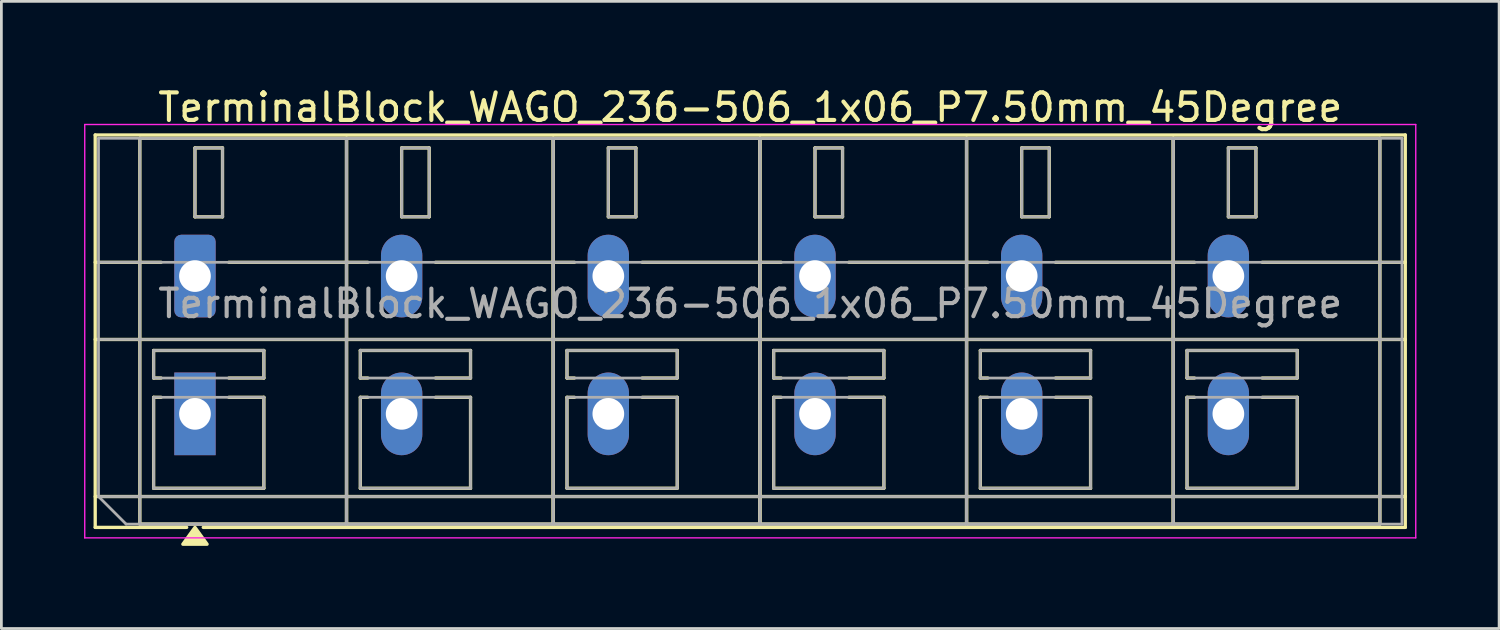
<source format=kicad_pcb>
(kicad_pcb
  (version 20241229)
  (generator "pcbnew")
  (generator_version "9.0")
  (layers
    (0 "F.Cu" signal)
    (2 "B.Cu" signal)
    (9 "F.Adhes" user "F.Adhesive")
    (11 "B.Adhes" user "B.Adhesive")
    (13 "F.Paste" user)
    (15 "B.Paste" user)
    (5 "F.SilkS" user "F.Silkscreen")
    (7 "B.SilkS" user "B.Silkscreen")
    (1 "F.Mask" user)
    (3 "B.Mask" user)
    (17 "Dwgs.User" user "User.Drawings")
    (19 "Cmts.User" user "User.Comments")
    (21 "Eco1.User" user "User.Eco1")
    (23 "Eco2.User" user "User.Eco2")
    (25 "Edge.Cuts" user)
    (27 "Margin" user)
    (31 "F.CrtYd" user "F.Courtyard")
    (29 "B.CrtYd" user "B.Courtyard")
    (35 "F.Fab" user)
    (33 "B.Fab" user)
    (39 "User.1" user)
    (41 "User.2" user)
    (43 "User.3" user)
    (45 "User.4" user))
  (footprint "TerminalBlock_WAGO_236-506_1x06_P7.50mm_45Degree"
    (layer "F.Cu")
    (at 4.025 6.968)
    (property "Reference" "TerminalBlock_WAGO_236-506_1x06_P7.50mm_45Degree" (at 20.15 -6.12 0) (layer "F.SilkS") (effects (font (size 1 1) (thickness 0.15))))
    (attr through_hole)
    (fp_line (start -3.62 -5.12) (end 43.92 -5.12) (stroke (width 0.12) (type solid)) (layer "F.SilkS"))
    (fp_line (start -3.62 -0.5) (end -1.23 -0.5) (stroke (width 0.12) (type solid)) (layer "F.SilkS"))
    (fp_line (start -3.62 2.3) (end 43.92 2.3) (stroke (width 0.12) (type solid)) (layer "F.SilkS"))
    (fp_line (start -3.62 8) (end 43.92 8) (stroke (width 0.12) (type solid)) (layer "F.SilkS"))
    (fp_line (start -3.62 9.12) (end -3.62 -5.12) (stroke (width 0.12) (type solid)) (layer "F.SilkS"))
    (fp_line (start -2 -5) (end 5.5 -5) (stroke (width 0.12) (type solid)) (layer "F.SilkS"))
    (fp_line (start -2 9) (end -2 -5) (stroke (width 0.12) (type solid)) (layer "F.SilkS"))
    (fp_line (start -1.5 2.7) (end 2.5 2.7) (stroke (width 0.12) (type solid)) (layer "F.SilkS"))
    (fp_line (start -1.5 3.7) (end -1.5 2.7) (stroke (width 0.12) (type solid)) (layer "F.SilkS"))
    (fp_line (start -1.5 4.4) (end -1.23 4.4) (stroke (width 0.12) (type solid)) (layer "F.SilkS"))
    (fp_line (start -1.5 7.7) (end -1.5 4.4) (stroke (width 0.12) (type solid)) (layer "F.SilkS"))
    (fp_line (start -1.23 3.7) (end -1.5 3.7) (stroke (width 0.12) (type solid)) (layer "F.SilkS"))
    (fp_line (start -0.3 9.12) (end -3.62 9.12) (stroke (width 0.12) (type solid)) (layer "F.SilkS"))
    (fp_line (start 0 -4.65) (end 1 -4.65) (stroke (width 0.12) (type solid)) (layer "F.SilkS"))
    (fp_line (start 0 -2.15) (end 0 -4.65) (stroke (width 0.12) (type solid)) (layer "F.SilkS"))
    (fp_line (start 1 -4.65) (end 1 -2.15) (stroke (width 0.12) (type solid)) (layer "F.SilkS"))
    (fp_line (start 1 -2.15) (end 0 -2.15) (stroke (width 0.12) (type solid)) (layer "F.SilkS"))
    (fp_line (start 1.23 -0.5) (end 6.27 -0.5) (stroke (width 0.12) (type solid)) (layer "F.SilkS"))
    (fp_line (start 1.23 4.4) (end 2.5 4.4) (stroke (width 0.12) (type solid)) (layer "F.SilkS"))
    (fp_line (start 2.5 2.7) (end 2.5 3.7) (stroke (width 0.12) (type solid)) (layer "F.SilkS"))
    (fp_line (start 2.5 3.7) (end 1.23 3.7) (stroke (width 0.12) (type solid)) (layer "F.SilkS"))
    (fp_line (start 2.5 4.4) (end 2.5 7.7) (stroke (width 0.12) (type solid)) (layer "F.SilkS"))
    (fp_line (start 2.5 7.7) (end -1.5 7.7) (stroke (width 0.12) (type solid)) (layer "F.SilkS"))
    (fp_line (start 5.5 -5) (end 5.5 9) (stroke (width 0.12) (type solid)) (layer "F.SilkS"))
    (fp_line (start 5.5 -5) (end 13 -5) (stroke (width 0.12) (type solid)) (layer "F.SilkS"))
    (fp_line (start 5.5 9) (end -2 9) (stroke (width 0.12) (type solid)) (layer "F.SilkS"))
    (fp_line (start 5.5 9) (end 5.5 -5) (stroke (width 0.12) (type solid)) (layer "F.SilkS"))
    (fp_line (start 6 2.7) (end 10 2.7) (stroke (width 0.12) (type solid)) (layer "F.SilkS"))
    (fp_line (start 6 3.7) (end 6 2.7) (stroke (width 0.12) (type solid)) (layer "F.SilkS"))
    (fp_line (start 6 4.4) (end 6.27 4.4) (stroke (width 0.12) (type solid)) (layer "F.SilkS"))
    (fp_line (start 6 7.7) (end 6 4.4) (stroke (width 0.12) (type solid)) (layer "F.SilkS"))
    (fp_line (start 6.27 3.7) (end 6 3.7) (stroke (width 0.12) (type solid)) (layer "F.SilkS"))
    (fp_line (start 7.5 -4.65) (end 8.5 -4.65) (stroke (width 0.12) (type solid)) (layer "F.SilkS"))
    (fp_line (start 7.5 -2.15) (end 7.5 -4.65) (stroke (width 0.12) (type solid)) (layer "F.SilkS"))
    (fp_line (start 8.5 -4.65) (end 8.5 -2.15) (stroke (width 0.12) (type solid)) (layer "F.SilkS"))
    (fp_line (start 8.5 -2.15) (end 7.5 -2.15) (stroke (width 0.12) (type solid)) (layer "F.SilkS"))
    (fp_line (start 8.73 -0.5) (end 13.77 -0.5) (stroke (width 0.12) (type solid)) (layer "F.SilkS"))
    (fp_line (start 8.73 4.4) (end 10 4.4) (stroke (width 0.12) (type solid)) (layer "F.SilkS"))
    (fp_line (start 10 2.7) (end 10 3.7) (stroke (width 0.12) (type solid)) (layer "F.SilkS"))
    (fp_line (start 10 3.7) (end 8.73 3.7) (stroke (width 0.12) (type solid)) (layer "F.SilkS"))
    (fp_line (start 10 4.4) (end 10 7.7) (stroke (width 0.12) (type solid)) (layer "F.SilkS"))
    (fp_line (start 10 7.7) (end 6 7.7) (stroke (width 0.12) (type solid)) (layer "F.SilkS"))
    (fp_line (start 13 -5) (end 13 9) (stroke (width 0.12) (type solid)) (layer "F.SilkS"))
    (fp_line (start 13 -5) (end 20.5 -5) (stroke (width 0.12) (type solid)) (layer "F.SilkS"))
    (fp_line (start 13 9) (end 5.5 9) (stroke (width 0.12) (type solid)) (layer "F.SilkS"))
    (fp_line (start 13 9) (end 13 -5) (stroke (width 0.12) (type solid)) (layer "F.SilkS"))
    (fp_line (start 13.5 2.7) (end 17.5 2.7) (stroke (width 0.12) (type solid)) (layer "F.SilkS"))
    (fp_line (start 13.5 3.7) (end 13.5 2.7) (stroke (width 0.12) (type solid)) (layer "F.SilkS"))
    (fp_line (start 13.5 4.4) (end 13.77 4.4) (stroke (width 0.12) (type solid)) (layer "F.SilkS"))
    (fp_line (start 13.5 7.7) (end 13.5 4.4) (stroke (width 0.12) (type solid)) (layer "F.SilkS"))
    (fp_line (start 13.77 3.7) (end 13.5 3.7) (stroke (width 0.12) (type solid)) (layer "F.SilkS"))
    (fp_line (start 15 -4.65) (end 16 -4.65) (stroke (width 0.12) (type solid)) (layer "F.SilkS"))
    (fp_line (start 15 -2.15) (end 15 -4.65) (stroke (width 0.12) (type solid)) (layer "F.SilkS"))
    (fp_line (start 16 -4.65) (end 16 -2.15) (stroke (width 0.12) (type solid)) (layer "F.SilkS"))
    (fp_line (start 16 -2.15) (end 15 -2.15) (stroke (width 0.12) (type solid)) (layer "F.SilkS"))
    (fp_line (start 16.23 -0.5) (end 21.27 -0.5) (stroke (width 0.12) (type solid)) (layer "F.SilkS"))
    (fp_line (start 16.23 4.4) (end 17.5 4.4) (stroke (width 0.12) (type solid)) (layer "F.SilkS"))
    (fp_line (start 17.5 2.7) (end 17.5 3.7) (stroke (width 0.12) (type solid)) (layer "F.SilkS"))
    (fp_line (start 17.5 3.7) (end 16.23 3.7) (stroke (width 0.12) (type solid)) (layer "F.SilkS"))
    (fp_line (start 17.5 4.4) (end 17.5 7.7) (stroke (width 0.12) (type solid)) (layer "F.SilkS"))
    (fp_line (start 17.5 7.7) (end 13.5 7.7) (stroke (width 0.12) (type solid)) (layer "F.SilkS"))
    (fp_line (start 20.5 -5) (end 20.5 9) (stroke (width 0.12) (type solid)) (layer "F.SilkS"))
    (fp_line (start 20.5 -5) (end 28 -5) (stroke (width 0.12) (type solid)) (layer "F.SilkS"))
    (fp_line (start 20.5 9) (end 13 9) (stroke (width 0.12) (type solid)) (layer "F.SilkS"))
    (fp_line (start 20.5 9) (end 20.5 -5) (stroke (width 0.12) (type solid)) (layer "F.SilkS"))
    (fp_line (start 21 2.7) (end 25 2.7) (stroke (width 0.12) (type solid)) (layer "F.SilkS"))
    (fp_line (start 21 3.7) (end 21 2.7) (stroke (width 0.12) (type solid)) (layer "F.SilkS"))
    (fp_line (start 21 4.4) (end 21.27 4.4) (stroke (width 0.12) (type solid)) (layer "F.SilkS"))
    (fp_line (start 21 7.7) (end 21 4.4) (stroke (width 0.12) (type solid)) (layer "F.SilkS"))
    (fp_line (start 21.27 3.7) (end 21 3.7) (stroke (width 0.12) (type solid)) (layer "F.SilkS"))
    (fp_line (start 22.5 -4.65) (end 23.5 -4.65) (stroke (width 0.12) (type solid)) (layer "F.SilkS"))
    (fp_line (start 22.5 -2.15) (end 22.5 -4.65) (stroke (width 0.12) (type solid)) (layer "F.SilkS"))
    (fp_line (start 23.5 -4.65) (end 23.5 -2.15) (stroke (width 0.12) (type solid)) (layer "F.SilkS"))
    (fp_line (start 23.5 -2.15) (end 22.5 -2.15) (stroke (width 0.12) (type solid)) (layer "F.SilkS"))
    (fp_line (start 23.73 -0.5) (end 28.77 -0.5) (stroke (width 0.12) (type solid)) (layer "F.SilkS"))
    (fp_line (start 23.73 4.4) (end 25 4.4) (stroke (width 0.12) (type solid)) (layer "F.SilkS"))
    (fp_line (start 25 2.7) (end 25 3.7) (stroke (width 0.12) (type solid)) (layer "F.SilkS"))
    (fp_line (start 25 3.7) (end 23.73 3.7) (stroke (width 0.12) (type solid)) (layer "F.SilkS"))
    (fp_line (start 25 4.4) (end 25 7.7) (stroke (width 0.12) (type solid)) (layer "F.SilkS"))
    (fp_line (start 25 7.7) (end 21 7.7) (stroke (width 0.12) (type solid)) (layer "F.SilkS"))
    (fp_line (start 28 -5) (end 28 9) (stroke (width 0.12) (type solid)) (layer "F.SilkS"))
    (fp_line (start 28 -5) (end 35.5 -5) (stroke (width 0.12) (type solid)) (layer "F.SilkS"))
    (fp_line (start 28 9) (end 20.5 9) (stroke (width 0.12) (type solid)) (layer "F.SilkS"))
    (fp_line (start 28 9) (end 28 -5) (stroke (width 0.12) (type solid)) (layer "F.SilkS"))
    (fp_line (start 28.5 2.7) (end 32.5 2.7) (stroke (width 0.12) (type solid)) (layer "F.SilkS"))
    (fp_line (start 28.5 3.7) (end 28.5 2.7) (stroke (width 0.12) (type solid)) (layer "F.SilkS"))
    (fp_line (start 28.5 4.4) (end 28.77 4.4) (stroke (width 0.12) (type solid)) (layer "F.SilkS"))
    (fp_line (start 28.5 7.7) (end 28.5 4.4) (stroke (width 0.12) (type solid)) (layer "F.SilkS"))
    (fp_line (start 28.77 3.7) (end 28.5 3.7) (stroke (width 0.12) (type solid)) (layer "F.SilkS"))
    (fp_line (start 30 -4.65) (end 31 -4.65) (stroke (width 0.12) (type solid)) (layer "F.SilkS"))
    (fp_line (start 30 -2.15) (end 30 -4.65) (stroke (width 0.12) (type solid)) (layer "F.SilkS"))
    (fp_line (start 31 -4.65) (end 31 -2.15) (stroke (width 0.12) (type solid)) (layer "F.SilkS"))
    (fp_line (start 31 -2.15) (end 30 -2.15) (stroke (width 0.12) (type solid)) (layer "F.SilkS"))
    (fp_line (start 31.23 -0.5) (end 36.27 -0.5) (stroke (width 0.12) (type solid)) (layer "F.SilkS"))
    (fp_line (start 31.23 4.4) (end 32.5 4.4) (stroke (width 0.12) (type solid)) (layer "F.SilkS"))
    (fp_line (start 32.5 2.7) (end 32.5 3.7) (stroke (width 0.12) (type solid)) (layer "F.SilkS"))
    (fp_line (start 32.5 3.7) (end 31.23 3.7) (stroke (width 0.12) (type solid)) (layer "F.SilkS"))
    (fp_line (start 32.5 4.4) (end 32.5 7.7) (stroke (width 0.12) (type solid)) (layer "F.SilkS"))
    (fp_line (start 32.5 7.7) (end 28.5 7.7) (stroke (width 0.12) (type solid)) (layer "F.SilkS"))
    (fp_line (start 35.5 -5) (end 35.5 9) (stroke (width 0.12) (type solid)) (layer "F.SilkS"))
    (fp_line (start 35.5 -5) (end 43 -5) (stroke (width 0.12) (type solid)) (layer "F.SilkS"))
    (fp_line (start 35.5 9) (end 28 9) (stroke (width 0.12) (type solid)) (layer "F.SilkS"))
    (fp_line (start 35.5 9) (end 35.5 -5) (stroke (width 0.12) (type solid)) (layer "F.SilkS"))
    (fp_line (start 36 2.7) (end 40 2.7) (stroke (width 0.12) (type solid)) (layer "F.SilkS"))
    (fp_line (start 36 3.7) (end 36 2.7) (stroke (width 0.12) (type solid)) (layer "F.SilkS"))
    (fp_line (start 36 4.4) (end 36.27 4.4) (stroke (width 0.12) (type solid)) (layer "F.SilkS"))
    (fp_line (start 36 7.7) (end 36 4.4) (stroke (width 0.12) (type solid)) (layer "F.SilkS"))
    (fp_line (start 36.27 3.7) (end 36 3.7) (stroke (width 0.12) (type solid)) (layer "F.SilkS"))
    (fp_line (start 37.5 -4.65) (end 38.5 -4.65) (stroke (width 0.12) (type solid)) (layer "F.SilkS"))
    (fp_line (start 37.5 -2.15) (end 37.5 -4.65) (stroke (width 0.12) (type solid)) (layer "F.SilkS"))
    (fp_line (start 38.5 -4.65) (end 38.5 -2.15) (stroke (width 0.12) (type solid)) (layer "F.SilkS"))
    (fp_line (start 38.5 -2.15) (end 37.5 -2.15) (stroke (width 0.12) (type solid)) (layer "F.SilkS"))
    (fp_line (start 38.73 -0.5) (end 43.92 -0.5) (stroke (width 0.12) (type solid)) (layer "F.SilkS"))
    (fp_line (start 38.73 4.4) (end 40 4.4) (stroke (width 0.12) (type solid)) (layer "F.SilkS"))
    (fp_line (start 40 2.7) (end 40 3.7) (stroke (width 0.12) (type solid)) (layer "F.SilkS"))
    (fp_line (start 40 3.7) (end 38.73 3.7) (stroke (width 0.12) (type solid)) (layer "F.SilkS"))
    (fp_line (start 40 4.4) (end 40 7.7) (stroke (width 0.12) (type solid)) (layer "F.SilkS"))
    (fp_line (start 40 7.7) (end 36 7.7) (stroke (width 0.12) (type solid)) (layer "F.SilkS"))
    (fp_line (start 43 -5) (end 43 9) (stroke (width 0.12) (type solid)) (layer "F.SilkS"))
    (fp_line (start 43 9) (end 35.5 9) (stroke (width 0.12) (type solid)) (layer "F.SilkS"))
    (fp_line (start 43.92 -5.12) (end 43.92 9.12) (stroke (width 0.12) (type solid)) (layer "F.SilkS"))
    (fp_line (start 43.92 9.12) (end 0.3 9.12) (stroke (width 0.12) (type solid)) (layer "F.SilkS"))
    (fp_poly (pts (xy 0 9.12) (xy 0.44 9.73) (xy -0.44 9.73)) (stroke (width 0.12) (type solid)) (fill yes) (layer "F.SilkS"))
    (fp_line (start -4 -5.5) (end -4 9.5) (stroke (width 0.05) (type solid)) (layer "F.CrtYd"))
    (fp_line (start -4 9.5) (end 44.3 9.5) (stroke (width 0.05) (type solid)) (layer "F.CrtYd"))
    (fp_line (start 44.3 -5.5) (end -4 -5.5) (stroke (width 0.05) (type solid)) (layer "F.CrtYd"))
    (fp_line (start 44.3 9.5) (end 44.3 -5.5) (stroke (width 0.05) (type solid)) (layer "F.CrtYd"))
    (fp_line (start -3.5 -5) (end 43.8 -5) (stroke (width 0.1) (type solid)) (layer "F.Fab"))
    (fp_line (start -3.5 -0.5) (end 43.8 -0.5) (stroke (width 0.1) (type solid)) (layer "F.Fab"))
    (fp_line (start -3.5 2.3) (end 43.8 2.3) (stroke (width 0.1) (type solid)) (layer "F.Fab"))
    (fp_line (start -3.5 8) (end -3.5 -5) (stroke (width 0.1) (type solid)) (layer "F.Fab"))
    (fp_line (start -3.5 8) (end 43.8 8) (stroke (width 0.1) (type solid)) (layer "F.Fab"))
    (fp_line (start -2.5 9) (end -3.5 8) (stroke (width 0.1) (type solid)) (layer "F.Fab"))
    (fp_line (start -2 -5) (end -2 9) (stroke (width 0.1) (type solid)) (layer "F.Fab"))
    (fp_line (start -2 9) (end 5.5 9) (stroke (width 0.1) (type solid)) (layer "F.Fab"))
    (fp_line (start -1.5 2.7) (end -1.5 3.7) (stroke (width 0.1) (type solid)) (layer "F.Fab"))
    (fp_line (start -1.5 3.7) (end 2.5 3.7) (stroke (width 0.1) (type solid)) (layer "F.Fab"))
    (fp_line (start -1.5 4.4) (end -1.5 7.7) (stroke (width 0.1) (type solid)) (layer "F.Fab"))
    (fp_line (start -1.5 7.7) (end 2.5 7.7) (stroke (width 0.1) (type solid)) (layer "F.Fab"))
    (fp_line (start 0 -4.65) (end 0 -2.15) (stroke (width 0.1) (type solid)) (layer "F.Fab"))
    (fp_line (start 0 -2.15) (end 1 -2.15) (stroke (width 0.1) (type solid)) (layer "F.Fab"))
    (fp_line (start 1 -4.65) (end 0 -4.65) (stroke (width 0.1) (type solid)) (layer "F.Fab"))
    (fp_line (start 1 -2.15) (end 1 -4.65) (stroke (width 0.1) (type solid)) (layer "F.Fab"))
    (fp_line (start 2.5 2.7) (end -1.5 2.7) (stroke (width 0.1) (type solid)) (layer "F.Fab"))
    (fp_line (start 2.5 3.7) (end 2.5 2.7) (stroke (width 0.1) (type solid)) (layer "F.Fab"))
    (fp_line (start 2.5 4.4) (end -1.5 4.4) (stroke (width 0.1) (type solid)) (layer "F.Fab"))
    (fp_line (start 2.5 7.7) (end 2.5 4.4) (stroke (width 0.1) (type solid)) (layer "F.Fab"))
    (fp_line (start 5.5 -5) (end -2 -5) (stroke (width 0.1) (type solid)) (layer "F.Fab"))
    (fp_line (start 5.5 -5) (end 5.5 9) (stroke (width 0.1) (type solid)) (layer "F.Fab"))
    (fp_line (start 5.5 9) (end 5.5 -5) (stroke (width 0.1) (type solid)) (layer "F.Fab"))
    (fp_line (start 5.5 9) (end 13 9) (stroke (width 0.1) (type solid)) (layer "F.Fab"))
    (fp_line (start 6 2.7) (end 6 3.7) (stroke (width 0.1) (type solid)) (layer "F.Fab"))
    (fp_line (start 6 3.7) (end 10 3.7) (stroke (width 0.1) (type solid)) (layer "F.Fab"))
    (fp_line (start 6 4.4) (end 6 7.7) (stroke (width 0.1) (type solid)) (layer "F.Fab"))
    (fp_line (start 6 7.7) (end 10 7.7) (stroke (width 0.1) (type solid)) (layer "F.Fab"))
    (fp_line (start 7.5 -4.65) (end 7.5 -2.15) (stroke (width 0.1) (type solid)) (layer "F.Fab"))
    (fp_line (start 7.5 -2.15) (end 8.5 -2.15) (stroke (width 0.1) (type solid)) (layer "F.Fab"))
    (fp_line (start 8.5 -4.65) (end 7.5 -4.65) (stroke (width 0.1) (type solid)) (layer "F.Fab"))
    (fp_line (start 8.5 -2.15) (end 8.5 -4.65) (stroke (width 0.1) (type solid)) (layer "F.Fab"))
    (fp_line (start 10 2.7) (end 6 2.7) (stroke (width 0.1) (type solid)) (layer "F.Fab"))
    (fp_line (start 10 3.7) (end 10 2.7) (stroke (width 0.1) (type solid)) (layer "F.Fab"))
    (fp_line (start 10 4.4) (end 6 4.4) (stroke (width 0.1) (type solid)) (layer "F.Fab"))
    (fp_line (start 10 7.7) (end 10 4.4) (stroke (width 0.1) (type solid)) (layer "F.Fab"))
    (fp_line (start 13 -5) (end 5.5 -5) (stroke (width 0.1) (type solid)) (layer "F.Fab"))
    (fp_line (start 13 -5) (end 13 9) (stroke (width 0.1) (type solid)) (layer "F.Fab"))
    (fp_line (start 13 9) (end 13 -5) (stroke (width 0.1) (type solid)) (layer "F.Fab"))
    (fp_line (start 13 9) (end 20.5 9) (stroke (width 0.1) (type solid)) (layer "F.Fab"))
    (fp_line (start 13.5 2.7) (end 13.5 3.7) (stroke (width 0.1) (type solid)) (layer "F.Fab"))
    (fp_line (start 13.5 3.7) (end 17.5 3.7) (stroke (width 0.1) (type solid)) (layer "F.Fab"))
    (fp_line (start 13.5 4.4) (end 13.5 7.7) (stroke (width 0.1) (type solid)) (layer "F.Fab"))
    (fp_line (start 13.5 7.7) (end 17.5 7.7) (stroke (width 0.1) (type solid)) (layer "F.Fab"))
    (fp_line (start 15 -4.65) (end 15 -2.15) (stroke (width 0.1) (type solid)) (layer "F.Fab"))
    (fp_line (start 15 -2.15) (end 16 -2.15) (stroke (width 0.1) (type solid)) (layer "F.Fab"))
    (fp_line (start 16 -4.65) (end 15 -4.65) (stroke (width 0.1) (type solid)) (layer "F.Fab"))
    (fp_line (start 16 -2.15) (end 16 -4.65) (stroke (width 0.1) (type solid)) (layer "F.Fab"))
    (fp_line (start 17.5 2.7) (end 13.5 2.7) (stroke (width 0.1) (type solid)) (layer "F.Fab"))
    (fp_line (start 17.5 3.7) (end 17.5 2.7) (stroke (width 0.1) (type solid)) (layer "F.Fab"))
    (fp_line (start 17.5 4.4) (end 13.5 4.4) (stroke (width 0.1) (type solid)) (layer "F.Fab"))
    (fp_line (start 17.5 7.7) (end 17.5 4.4) (stroke (width 0.1) (type solid)) (layer "F.Fab"))
    (fp_line (start 20.5 -5) (end 13 -5) (stroke (width 0.1) (type solid)) (layer "F.Fab"))
    (fp_line (start 20.5 -5) (end 20.5 9) (stroke (width 0.1) (type solid)) (layer "F.Fab"))
    (fp_line (start 20.5 9) (end 20.5 -5) (stroke (width 0.1) (type solid)) (layer "F.Fab"))
    (fp_line (start 20.5 9) (end 28 9) (stroke (width 0.1) (type solid)) (layer "F.Fab"))
    (fp_line (start 21 2.7) (end 21 3.7) (stroke (width 0.1) (type solid)) (layer "F.Fab"))
    (fp_line (start 21 3.7) (end 25 3.7) (stroke (width 0.1) (type solid)) (layer "F.Fab"))
    (fp_line (start 21 4.4) (end 21 7.7) (stroke (width 0.1) (type solid)) (layer "F.Fab"))
    (fp_line (start 21 7.7) (end 25 7.7) (stroke (width 0.1) (type solid)) (layer "F.Fab"))
    (fp_line (start 22.5 -4.65) (end 22.5 -2.15) (stroke (width 0.1) (type solid)) (layer "F.Fab"))
    (fp_line (start 22.5 -2.15) (end 23.5 -2.15) (stroke (width 0.1) (type solid)) (layer "F.Fab"))
    (fp_line (start 23.5 -4.65) (end 22.5 -4.65) (stroke (width 0.1) (type solid)) (layer "F.Fab"))
    (fp_line (start 23.5 -2.15) (end 23.5 -4.65) (stroke (width 0.1) (type solid)) (layer "F.Fab"))
    (fp_line (start 25 2.7) (end 21 2.7) (stroke (width 0.1) (type solid)) (layer "F.Fab"))
    (fp_line (start 25 3.7) (end 25 2.7) (stroke (width 0.1) (type solid)) (layer "F.Fab"))
    (fp_line (start 25 4.4) (end 21 4.4) (stroke (width 0.1) (type solid)) (layer "F.Fab"))
    (fp_line (start 25 7.7) (end 25 4.4) (stroke (width 0.1) (type solid)) (layer "F.Fab"))
    (fp_line (start 28 -5) (end 20.5 -5) (stroke (width 0.1) (type solid)) (layer "F.Fab"))
    (fp_line (start 28 -5) (end 28 9) (stroke (width 0.1) (type solid)) (layer "F.Fab"))
    (fp_line (start 28 9) (end 28 -5) (stroke (width 0.1) (type solid)) (layer "F.Fab"))
    (fp_line (start 28 9) (end 35.5 9) (stroke (width 0.1) (type solid)) (layer "F.Fab"))
    (fp_line (start 28.5 2.7) (end 28.5 3.7) (stroke (width 0.1) (type solid)) (layer "F.Fab"))
    (fp_line (start 28.5 3.7) (end 32.5 3.7) (stroke (width 0.1) (type solid)) (layer "F.Fab"))
    (fp_line (start 28.5 4.4) (end 28.5 7.7) (stroke (width 0.1) (type solid)) (layer "F.Fab"))
    (fp_line (start 28.5 7.7) (end 32.5 7.7) (stroke (width 0.1) (type solid)) (layer "F.Fab"))
    (fp_line (start 30 -4.65) (end 30 -2.15) (stroke (width 0.1) (type solid)) (layer "F.Fab"))
    (fp_line (start 30 -2.15) (end 31 -2.15) (stroke (width 0.1) (type solid)) (layer "F.Fab"))
    (fp_line (start 31 -4.65) (end 30 -4.65) (stroke (width 0.1) (type solid)) (layer "F.Fab"))
    (fp_line (start 31 -2.15) (end 31 -4.65) (stroke (width 0.1) (type solid)) (layer "F.Fab"))
    (fp_line (start 32.5 2.7) (end 28.5 2.7) (stroke (width 0.1) (type solid)) (layer "F.Fab"))
    (fp_line (start 32.5 3.7) (end 32.5 2.7) (stroke (width 0.1) (type solid)) (layer "F.Fab"))
    (fp_line (start 32.5 4.4) (end 28.5 4.4) (stroke (width 0.1) (type solid)) (layer "F.Fab"))
    (fp_line (start 32.5 7.7) (end 32.5 4.4) (stroke (width 0.1) (type solid)) (layer "F.Fab"))
    (fp_line (start 35.5 -5) (end 28 -5) (stroke (width 0.1) (type solid)) (layer "F.Fab"))
    (fp_line (start 35.5 -5) (end 35.5 9) (stroke (width 0.1) (type solid)) (layer "F.Fab"))
    (fp_line (start 35.5 9) (end 35.5 -5) (stroke (width 0.1) (type solid)) (layer "F.Fab"))
    (fp_line (start 35.5 9) (end 43 9) (stroke (width 0.1) (type solid)) (layer "F.Fab"))
    (fp_line (start 36 2.7) (end 36 3.7) (stroke (width 0.1) (type solid)) (layer "F.Fab"))
    (fp_line (start 36 3.7) (end 40 3.7) (stroke (width 0.1) (type solid)) (layer "F.Fab"))
    (fp_line (start 36 4.4) (end 36 7.7) (stroke (width 0.1) (type solid)) (layer "F.Fab"))
    (fp_line (start 36 7.7) (end 40 7.7) (stroke (width 0.1) (type solid)) (layer "F.Fab"))
    (fp_line (start 37.5 -4.65) (end 37.5 -2.15) (stroke (width 0.1) (type solid)) (layer "F.Fab"))
    (fp_line (start 37.5 -2.15) (end 38.5 -2.15) (stroke (width 0.1) (type solid)) (layer "F.Fab"))
    (fp_line (start 38.5 -4.65) (end 37.5 -4.65) (stroke (width 0.1) (type solid)) (layer "F.Fab"))
    (fp_line (start 38.5 -2.15) (end 38.5 -4.65) (stroke (width 0.1) (type solid)) (layer "F.Fab"))
    (fp_line (start 40 2.7) (end 36 2.7) (stroke (width 0.1) (type solid)) (layer "F.Fab"))
    (fp_line (start 40 3.7) (end 40 2.7) (stroke (width 0.1) (type solid)) (layer "F.Fab"))
    (fp_line (start 40 4.4) (end 36 4.4) (stroke (width 0.1) (type solid)) (layer "F.Fab"))
    (fp_line (start 40 7.7) (end 40 4.4) (stroke (width 0.1) (type solid)) (layer "F.Fab"))
    (fp_line (start 43 -5) (end 35.5 -5) (stroke (width 0.1) (type solid)) (layer "F.Fab"))
    (fp_line (start 43 9) (end 43 -5) (stroke (width 0.1) (type solid)) (layer "F.Fab"))
    (fp_line (start 43.8 -5) (end 43.8 9) (stroke (width 0.1) (type solid)) (layer "F.Fab"))
    (fp_line (start 43.8 9) (end -2.5 9) (stroke (width 0.1) (type solid)) (layer "F.Fab"))
    (fp_text user "${REFERENCE}" (at 20.15 1 0) (layer "F.Fab") (effects (font (size 1 1) (thickness 0.15))))
    (pad "1" thru_hole roundrect (at 0 0) (size 1.5 3) (drill 1.15) (layers "*.Cu" "*.Mask") (roundrect_rratio 0.167))
    (pad "1" thru_hole rect (at 0 5) (size 1.5 3) (drill 1.15) (layers "*.Cu" "*.Mask"))
    (pad "2" thru_hole oval (at 7.5 0) (size 1.5 3) (drill 1.15) (layers "*.Cu" "*.Mask"))
    (pad "2" thru_hole oval (at 7.5 5) (size 1.5 3) (drill 1.15) (layers "*.Cu" "*.Mask"))
    (pad "3" thru_hole oval (at 15 0) (size 1.5 3) (drill 1.15) (layers "*.Cu" "*.Mask"))
    (pad "3" thru_hole oval (at 15 5) (size 1.5 3) (drill 1.15) (layers "*.Cu" "*.Mask"))
    (pad "4" thru_hole oval (at 22.5 0) (size 1.5 3) (drill 1.15) (layers "*.Cu" "*.Mask"))
    (pad "4" thru_hole oval (at 22.5 5) (size 1.5 3) (drill 1.15) (layers "*.Cu" "*.Mask"))
    (pad "5" thru_hole oval (at 30 0) (size 1.5 3) (drill 1.15) (layers "*.Cu" "*.Mask"))
    (pad "5" thru_hole oval (at 30 5) (size 1.5 3) (drill 1.15) (layers "*.Cu" "*.Mask"))
    (pad "6" thru_hole oval (at 37.5 0) (size 1.5 3) (drill 1.15) (layers "*.Cu" "*.Mask"))
    (pad "6" thru_hole oval (at 37.5 5) (size 1.5 3) (drill 1.15) (layers "*.Cu" "*.Mask")))
  (gr_rect
    (start -3 -3)
    (end 51.35 19.758)
    (stroke (width 0.1) (type default))
    (fill no)
    (layer "Edge.Cuts")))
</source>
